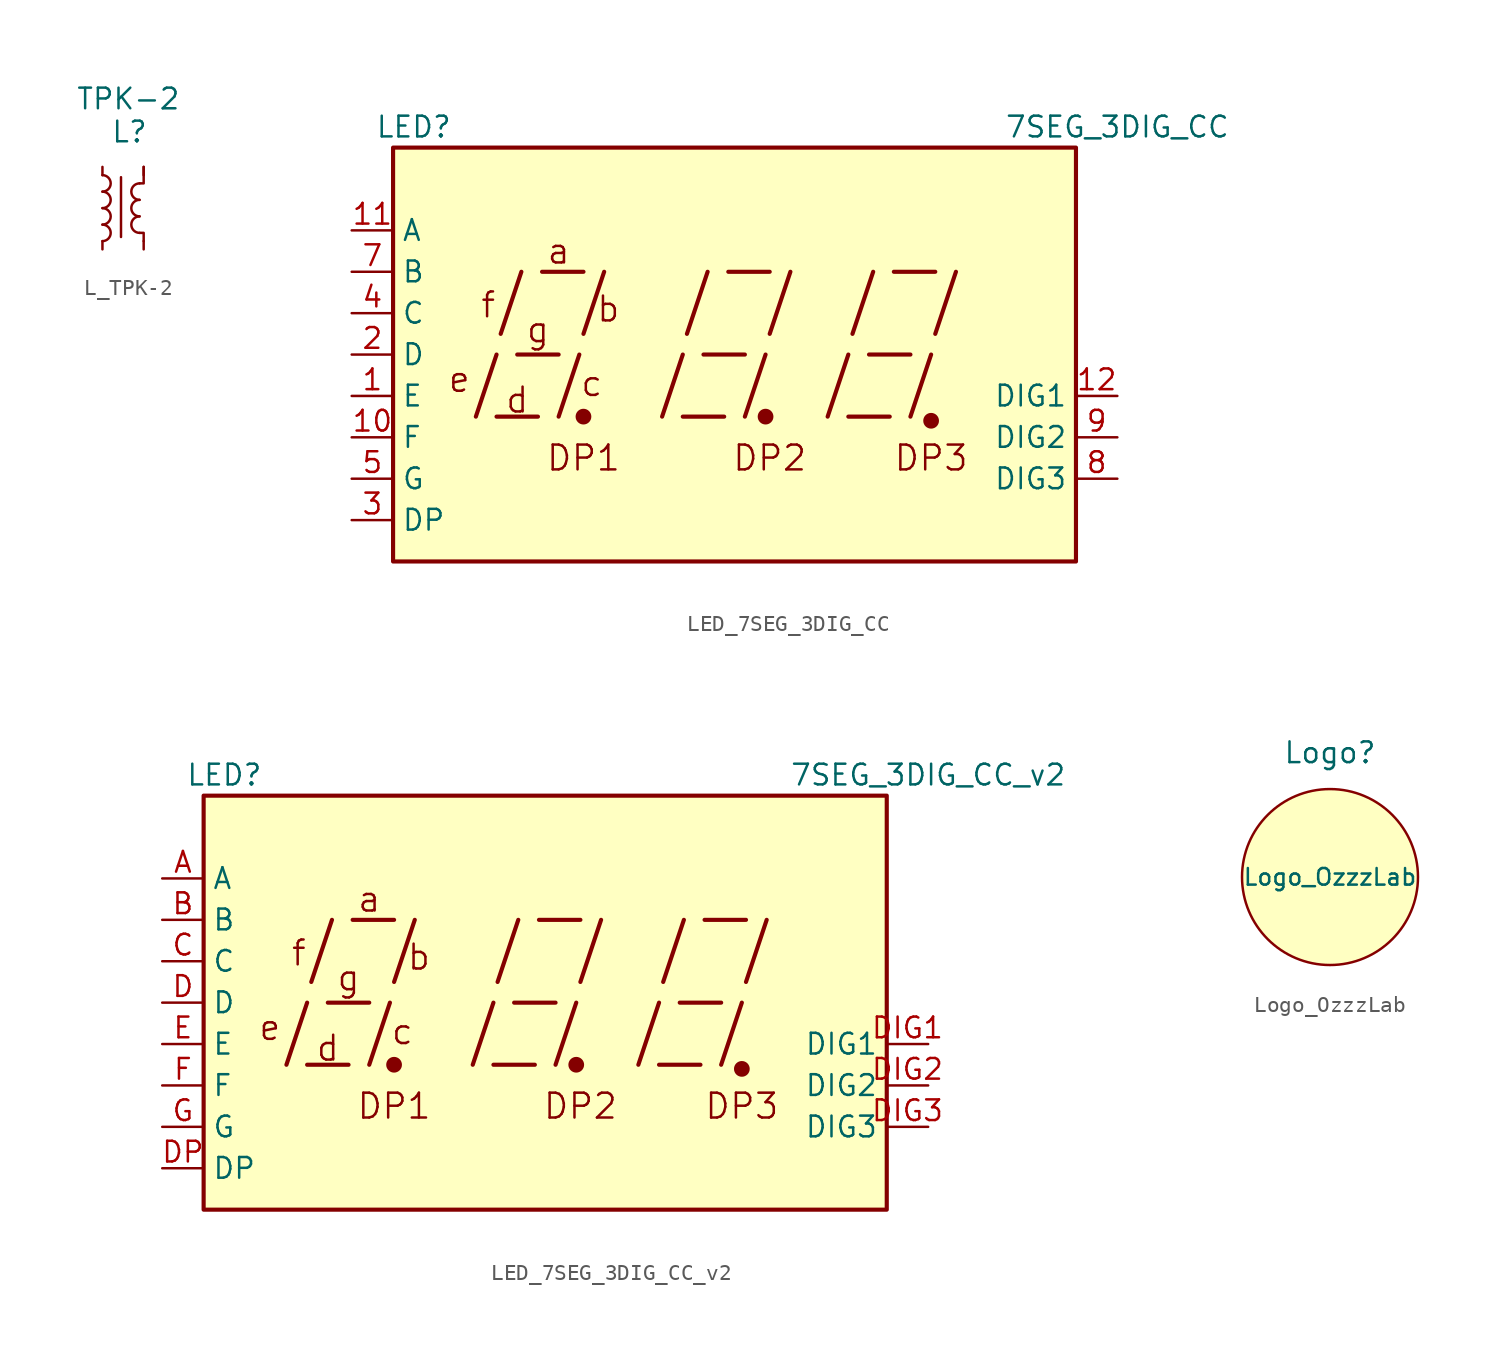
<source format=kicad_sym>
(kicad_symbol_lib
  (version 20220914)
  (generator kicad_symbol_editor)
  (symbol "L_TPK-2"
    (pin_numbers hide)
    (pin_names
      (offset 0.254) hide)
    (property "Reference" "L"
      (at 0.508 4.699 0)
      (effects (font (size 1.27 1.27)) (justify left)))
    (property "Value" "TPK-2"
      (at -1.651 6.731 0)
      (effects (font (size 1.27 1.27)) (justify left)))
    (symbol "L_TPK-2_0_1"
      (arc (start 0 -2.032) (mid 0.5058 -1.524) (end 0 -1.016) (stroke (width 0) (type default)) (fill (type none)))
      (arc (start 0 -1.016) (mid 0.5058 -0.508) (end 0 0) (stroke (width 0) (type default)) (fill (type none)))
      (polyline (pts (xy 1.143 1.905) (xy 1.143 -1.778)) (stroke (width 0) (type default)) (fill (type none)))
      (polyline (pts (xy 2.54 -2.032) (xy 2.54 -1.524) (xy 2.286 -1.524)) (stroke (width 0) (type default)) (fill (type none)))
      (polyline (pts (xy 2.54 2.54) (xy 2.54 1.524) (xy 2.286 1.524) (xy 2.54 1.524) (xy 2.286 1.524)) (stroke (width 0) (type default)) (fill (type none)))
      (arc (start 0 0) (mid 0.5058 0.508) (end 0 1.016) (stroke (width 0) (type default)) (fill (type none)))
      (arc (start 0 1.016) (mid 0.5058 1.524) (end 0 2.032) (stroke (width 0) (type default)) (fill (type none)))
      (arc (start 2.286 -0.508) (mid 1.7802 -1.016) (end 2.286 -1.524) (stroke (width 0) (type default)) (fill (type none)))
      (arc (start 2.286 0.508) (mid 1.7802 0) (end 2.286 -0.508) (stroke (width 0) (type default)) (fill (type none)))
      (arc (start 2.286 1.524) (mid 1.7802 1.016) (end 2.286 0.508) (stroke (width 0) (type default)) (fill (type none))))
    (symbol "L_TPK-2_1_1"
      (pin passive line (at 0 2.54 270) (length 0.508) (name "~" (effects (font (size 1.27 1.27)))) (number "1" (effects (font (size 1.27 1.27)))))
      (pin passive line (at 0 -2.54 90) (length 0.508) (name "~" (effects (font (size 1.27 1.27)))) (number "2" (effects (font (size 1.27 1.27)))))
      (pin passive line (at 2.54 -2.54 90) (length 0.508) (name "~" (effects (font (size 1.27 1.27)))) (number "3" (effects (font (size 1.27 1.27)))))
      (pin passive line (at 2.54 2.54 270) (length 0.508) (name "~" (effects (font (size 1.27 1.27)))) (number "4" (effects (font (size 1.27 1.27)))))))
  (symbol "LED_7SEG_3DIG_CC"
    (property "Reference" "LED"
      (at -24.13 13.97 0)
      (effects (font (size 1.27 1.27))))
    (property "Value" "7SEG_3DIG_CC"
      (at 19.05 13.97 0)
      (effects (font (size 1.27 1.27))))
    (symbol "LED_7SEG_3DIG_CC_0_0"
      (rectangle (start -25.4 12.7) (end 16.51 -12.7) (stroke (width 0.254) (type default)) (fill (type background)))
      (polyline (pts (xy -20.32 -3.81) (xy -19.05 0)) (stroke (width 0.254) (type default)) (fill (type none)))
      (polyline (pts (xy -19.05 -3.81) (xy -16.51 -3.81)) (stroke (width 0.254) (type default)) (fill (type none)))
      (polyline (pts (xy -18.796 1.27) (xy -17.526 5.08)) (stroke (width 0.254) (type default)) (fill (type none)))
      (polyline (pts (xy -17.78 0) (xy -15.24 0)) (stroke (width 0.254) (type default)) (fill (type none)))
      (polyline (pts (xy -16.256 5.08) (xy -13.716 5.08)) (stroke (width 0.254) (type default)) (fill (type none)))
      (polyline (pts (xy -15.24 -3.81) (xy -13.97 0)) (stroke (width 0.254) (type default)) (fill (type none)))
      (polyline (pts (xy -13.716 1.27) (xy -12.446 5.08)) (stroke (width 0.254) (type default)) (fill (type none)))
      (polyline (pts (xy -8.89 -3.81) (xy -7.62 0)) (stroke (width 0.254) (type default)) (fill (type none)))
      (polyline (pts (xy -7.62 -3.81) (xy -5.08 -3.81)) (stroke (width 0.254) (type default)) (fill (type none)))
      (polyline (pts (xy -7.366 1.27) (xy -6.096 5.08)) (stroke (width 0.254) (type default)) (fill (type none)))
      (polyline (pts (xy -6.35 0) (xy -3.81 0)) (stroke (width 0.254) (type default)) (fill (type none)))
      (polyline (pts (xy -4.826 5.08) (xy -2.286 5.08)) (stroke (width 0.254) (type default)) (fill (type none)))
      (polyline (pts (xy -3.81 -3.81) (xy -2.54 0)) (stroke (width 0.254) (type default)) (fill (type none)))
      (polyline (pts (xy -2.286 1.27) (xy -1.016 5.08)) (stroke (width 0.254) (type default)) (fill (type none)))
      (polyline (pts (xy 1.27 -3.81) (xy 2.54 0)) (stroke (width 0.254) (type default)) (fill (type none)))
      (polyline (pts (xy 2.54 -3.81) (xy 5.08 -3.81)) (stroke (width 0.254) (type default)) (fill (type none)))
      (polyline (pts (xy 2.794 1.27) (xy 4.064 5.08)) (stroke (width 0.254) (type default)) (fill (type none)))
      (polyline (pts (xy 3.81 0) (xy 6.35 0)) (stroke (width 0.254) (type default)) (fill (type none)))
      (polyline (pts (xy 5.334 5.08) (xy 7.874 5.08)) (stroke (width 0.254) (type default)) (fill (type none)))
      (polyline (pts (xy 6.35 -3.81) (xy 7.62 0)) (stroke (width 0.254) (type default)) (fill (type none)))
      (polyline (pts (xy 7.874 1.27) (xy 9.144 5.08)) (stroke (width 0.254) (type default)) (fill (type none)))
      (text "a" (at -15.24 6.35 0) (effects (font (size 1.524 1.524))))
      (text "b" (at -12.192 2.794 0) (effects (font (size 1.524 1.524))))
      (text "c" (at -13.208 -1.778 0) (effects (font (size 1.524 1.524))))
      (text "d" (at -17.78 -2.794 0) (effects (font (size 1.524 1.524))))
      (text "DP1" (at -13.716 -6.35 0) (effects (font (size 1.524 1.524))))
      (text "DP2" (at -2.286 -6.35 0) (effects (font (size 1.524 1.524))))
      (text "DP3" (at 7.62 -6.35 0) (effects (font (size 1.524 1.524))))
      (text "e" (at -21.336 -1.524 0) (effects (font (size 1.524 1.524))))
      (text "f" (at -19.558 3.048 0) (effects (font (size 1.524 1.524))))
      (text "g" (at -16.51 1.524 0) (effects (font (size 1.524 1.524)))))
    (symbol "LED_7SEG_3DIG_CC_0_1"
      (circle (center -13.716 -3.81) (radius 0.356) (stroke (width 0.254) (type default)) (fill (type outline)))
      (circle (center -2.54 -3.81) (radius 0.356) (stroke (width 0.254) (type default)) (fill (type outline))))
    (symbol "LED_7SEG_3DIG_CC_1_0"
      (circle (center 7.62 -4.064) (radius 0.356) (stroke (width 0.254) (type default)) (fill (type outline))))
    (symbol "LED_7SEG_3DIG_CC_1_1"
      (pin input line (at -27.94 -2.54 0) (length 2.54) (name "E" (effects (font (size 1.27 1.27)))) (number "1" (effects (font (size 1.27 1.27)))))
      (pin input line (at -27.94 -5.08 0) (length 2.54) (name "F" (effects (font (size 1.27 1.27)))) (number "10" (effects (font (size 1.27 1.27)))))
      (pin input line (at -27.94 7.62 0) (length 2.54) (name "A" (effects (font (size 1.27 1.27)))) (number "11" (effects (font (size 1.27 1.27)))))
      (pin input line (at 19.05 -2.54 180) (length 2.54) (name "DIG1" (effects (font (size 1.27 1.27)))) (number "12" (effects (font (size 1.27 1.27)))))
      (pin input line (at -27.94 0 0) (length 2.54) (name "D" (effects (font (size 1.27 1.27)))) (number "2" (effects (font (size 1.27 1.27)))))
      (pin input line (at -27.94 -10.16 0) (length 2.54) (name "DP" (effects (font (size 1.27 1.27)))) (number "3" (effects (font (size 1.27 1.27)))))
      (pin input line (at -27.94 2.54 0) (length 2.54) (name "C" (effects (font (size 1.27 1.27)))) (number "4" (effects (font (size 1.27 1.27)))))
      (pin input line (at -27.94 -7.62 0) (length 2.54) (name "G" (effects (font (size 1.27 1.27)))) (number "5" (effects (font (size 1.27 1.27)))))
      (pin input line (at -27.94 5.08 0) (length 2.54) (name "B" (effects (font (size 1.27 1.27)))) (number "7" (effects (font (size 1.27 1.27)))))
      (pin input line (at 19.05 -7.62 180) (length 2.54) (name "DIG3" (effects (font (size 1.27 1.27)))) (number "8" (effects (font (size 1.27 1.27)))))
      (pin input line (at 19.05 -5.08 180) (length 2.54) (name "DIG2" (effects (font (size 1.27 1.27)))) (number "9" (effects (font (size 1.27 1.27)))))))
  (symbol "LED_7SEG_3DIG_CC_v2"
    (property "Reference" "LED"
      (at -24.13 13.97 0)
      (effects (font (size 1.27 1.27))))
    (property "Value" "7SEG_3DIG_CC_v2"
      (at 19.05 13.97 0)
      (effects (font (size 1.27 1.27))))
    (symbol "LED_7SEG_3DIG_CC_v2_0_0"
      (rectangle (start -25.4 12.7) (end 16.51 -12.7) (stroke (width 0.254) (type default)) (fill (type background)))
      (polyline (pts (xy -20.32 -3.81) (xy -19.05 0)) (stroke (width 0.254) (type default)) (fill (type none)))
      (polyline (pts (xy -19.05 -3.81) (xy -16.51 -3.81)) (stroke (width 0.254) (type default)) (fill (type none)))
      (polyline (pts (xy -18.796 1.27) (xy -17.526 5.08)) (stroke (width 0.254) (type default)) (fill (type none)))
      (polyline (pts (xy -17.78 0) (xy -15.24 0)) (stroke (width 0.254) (type default)) (fill (type none)))
      (polyline (pts (xy -16.256 5.08) (xy -13.716 5.08)) (stroke (width 0.254) (type default)) (fill (type none)))
      (polyline (pts (xy -15.24 -3.81) (xy -13.97 0)) (stroke (width 0.254) (type default)) (fill (type none)))
      (polyline (pts (xy -13.716 1.27) (xy -12.446 5.08)) (stroke (width 0.254) (type default)) (fill (type none)))
      (polyline (pts (xy -8.89 -3.81) (xy -7.62 0)) (stroke (width 0.254) (type default)) (fill (type none)))
      (polyline (pts (xy -7.62 -3.81) (xy -5.08 -3.81)) (stroke (width 0.254) (type default)) (fill (type none)))
      (polyline (pts (xy -7.366 1.27) (xy -6.096 5.08)) (stroke (width 0.254) (type default)) (fill (type none)))
      (polyline (pts (xy -6.35 0) (xy -3.81 0)) (stroke (width 0.254) (type default)) (fill (type none)))
      (polyline (pts (xy -4.826 5.08) (xy -2.286 5.08)) (stroke (width 0.254) (type default)) (fill (type none)))
      (polyline (pts (xy -3.81 -3.81) (xy -2.54 0)) (stroke (width 0.254) (type default)) (fill (type none)))
      (polyline (pts (xy -2.286 1.27) (xy -1.016 5.08)) (stroke (width 0.254) (type default)) (fill (type none)))
      (polyline (pts (xy 1.27 -3.81) (xy 2.54 0)) (stroke (width 0.254) (type default)) (fill (type none)))
      (polyline (pts (xy 2.54 -3.81) (xy 5.08 -3.81)) (stroke (width 0.254) (type default)) (fill (type none)))
      (polyline (pts (xy 2.794 1.27) (xy 4.064 5.08)) (stroke (width 0.254) (type default)) (fill (type none)))
      (polyline (pts (xy 3.81 0) (xy 6.35 0)) (stroke (width 0.254) (type default)) (fill (type none)))
      (polyline (pts (xy 5.334 5.08) (xy 7.874 5.08)) (stroke (width 0.254) (type default)) (fill (type none)))
      (polyline (pts (xy 6.35 -3.81) (xy 7.62 0)) (stroke (width 0.254) (type default)) (fill (type none)))
      (polyline (pts (xy 7.874 1.27) (xy 9.144 5.08)) (stroke (width 0.254) (type default)) (fill (type none)))
      (text "a" (at -15.24 6.35 0) (effects (font (size 1.524 1.524))))
      (text "b" (at -12.192 2.794 0) (effects (font (size 1.524 1.524))))
      (text "c" (at -13.208 -1.778 0) (effects (font (size 1.524 1.524))))
      (text "d" (at -17.78 -2.794 0) (effects (font (size 1.524 1.524))))
      (text "DP1" (at -13.716 -6.35 0) (effects (font (size 1.524 1.524))))
      (text "DP2" (at -2.286 -6.35 0) (effects (font (size 1.524 1.524))))
      (text "DP3" (at 7.62 -6.35 0) (effects (font (size 1.524 1.524))))
      (text "e" (at -21.336 -1.524 0) (effects (font (size 1.524 1.524))))
      (text "f" (at -19.558 3.048 0) (effects (font (size 1.524 1.524))))
      (text "g" (at -16.51 1.524 0) (effects (font (size 1.524 1.524)))))
    (symbol "LED_7SEG_3DIG_CC_v2_0_1"
      (circle (center -13.716 -3.81) (radius 0.356) (stroke (width 0.254) (type default)) (fill (type outline)))
      (circle (center -2.54 -3.81) (radius 0.356) (stroke (width 0.254) (type default)) (fill (type outline))))
    (symbol "LED_7SEG_3DIG_CC_v2_1_0"
      (circle (center 7.62 -4.064) (radius 0.356) (stroke (width 0.254) (type default)) (fill (type outline))))
    (symbol "LED_7SEG_3DIG_CC_v2_1_1"
      (pin input line (at -27.94 7.62 0) (length 2.54) (name "A" (effects (font (size 1.27 1.27)))) (number "A" (effects (font (size 1.27 1.27)))))
      (pin input line (at -27.94 5.08 0) (length 2.54) (name "B" (effects (font (size 1.27 1.27)))) (number "B" (effects (font (size 1.27 1.27)))))
      (pin input line (at -27.94 2.54 0) (length 2.54) (name "C" (effects (font (size 1.27 1.27)))) (number "C" (effects (font (size 1.27 1.27)))))
      (pin input line (at -27.94 0 0) (length 2.54) (name "D" (effects (font (size 1.27 1.27)))) (number "D" (effects (font (size 1.27 1.27)))))
      (pin input line (at 19.05 -2.54 180) (length 2.54) (name "DIG1" (effects (font (size 1.27 1.27)))) (number "DIG1" (effects (font (size 1.27 1.27)))))
      (pin input line (at 19.05 -5.08 180) (length 2.54) (name "DIG2" (effects (font (size 1.27 1.27)))) (number "DIG2" (effects (font (size 1.27 1.27)))))
      (pin input line (at 19.05 -7.62 180) (length 2.54) (name "DIG3" (effects (font (size 1.27 1.27)))) (number "DIG3" (effects (font (size 1.27 1.27)))))
      (pin input line (at -27.94 -10.16 0) (length 2.54) (name "DP" (effects (font (size 1.27 1.27)))) (number "DP" (effects (font (size 1.27 1.27)))))
      (pin input line (at -27.94 -2.54 0) (length 2.54) (name "E" (effects (font (size 1.27 1.27)))) (number "E" (effects (font (size 1.27 1.27)))))
      (pin input line (at -27.94 -5.08 0) (length 2.54) (name "F" (effects (font (size 1.27 1.27)))) (number "F" (effects (font (size 1.27 1.27)))))
      (pin input line (at -27.94 -7.62 0) (length 2.54) (name "G" (effects (font (size 1.27 1.27)))) (number "G" (effects (font (size 1.27 1.27)))))))
  (symbol "Logo_OzzzLab"
    (pin_numbers hide)
    (pin_names
      (offset 0) hide)
    (property "Reference" "Logo"
      (at 0 7.62 0)
      (effects (font (size 1.27 1.27))))
    (property "Value" "Logo_OzzzLab"
      (at 0 0 0)
      (effects (font (size 1.016 1.016))))
    (symbol "Logo_OzzzLab_0_1"
      (circle (center 0 0) (radius 5.388) (stroke (width 0.152) (type default)) (fill (type background))))))
</source>
